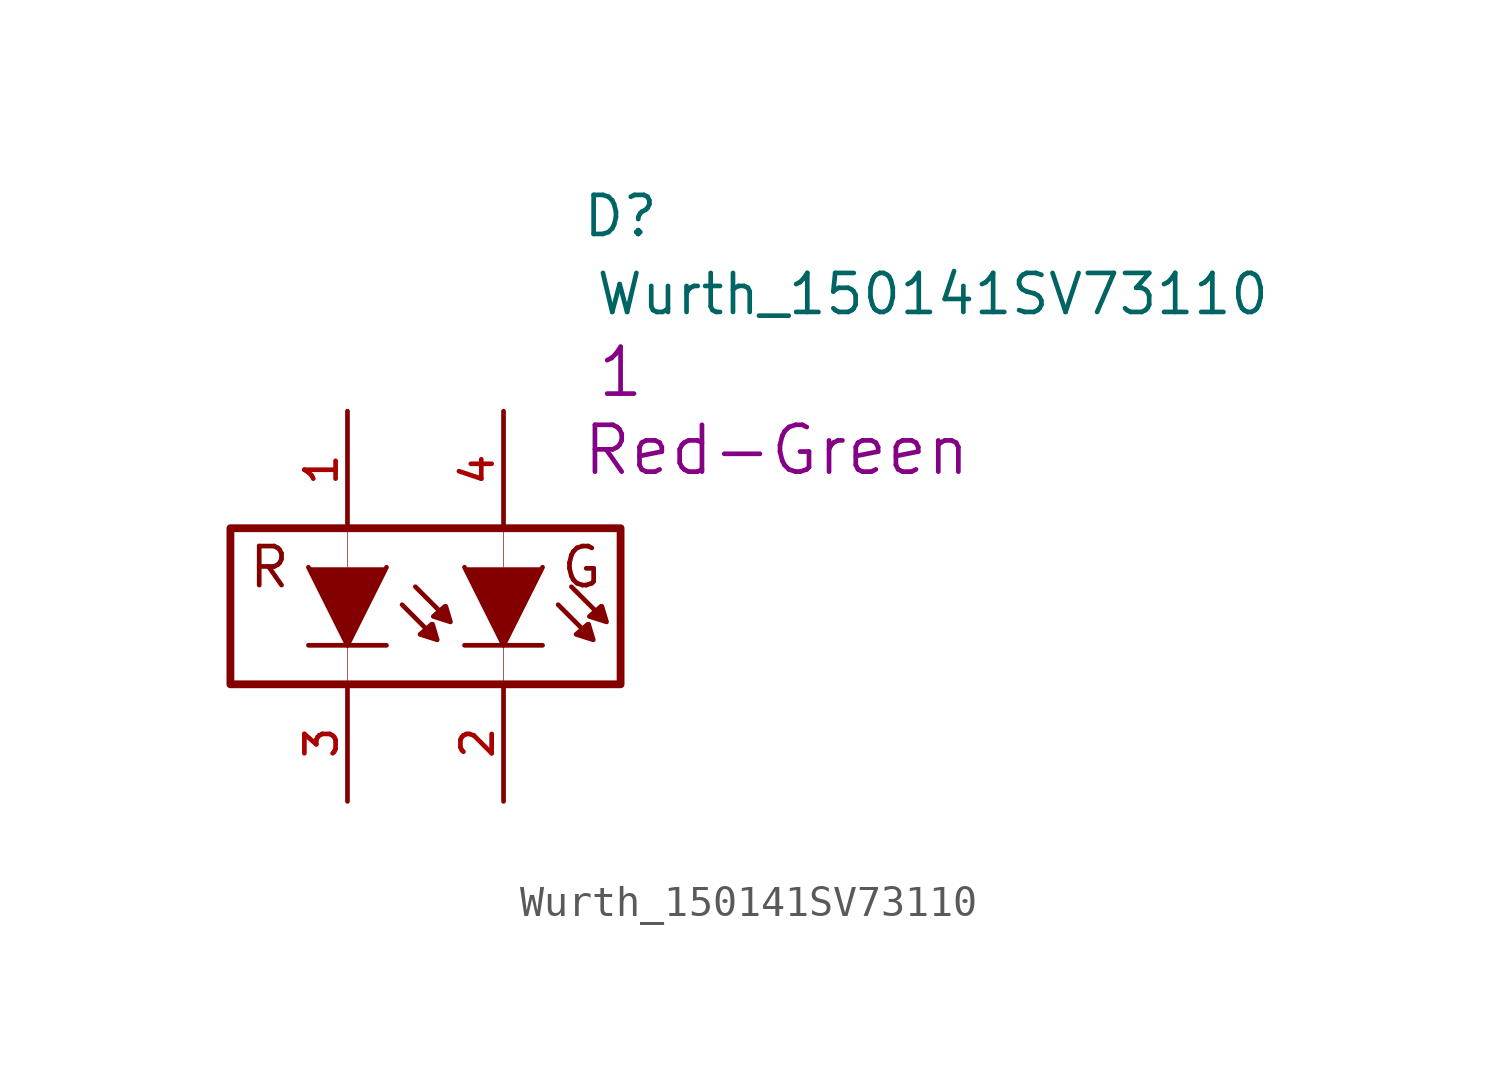
<source format=kicad_sym>
(kicad_symbol_lib
  (version 20201005)
  (generator kicad_symbol_editor)
  (symbol "S_LED:Wurth_150141SV73110"
    (pin_names
      (offset 1.016) hide)
    (property "Reference" "D"
      (at 8.89 6.35 0)
      (effects (font (size 1.27 1.27))))
    (property "Value" "Wurth_150141SV73110"
      (at 19.05 3.81 0)
      (effects (font (size 1.27 1.27))))
    (property "Qty" "1"
      (at 8.89 1.27 0)
      (effects (font (size 1.524 1.524))))
    (property "Desc1" "Red-Green"
      (at 13.97 -1.27 0)
      (effects (font (size 1.524 1.524))))
    (symbol "Wurth_150141SV73110_0_0"
      (text "R" (at -2.54 -5.08 0) (effects (font (size 1.27 1.27))))
      (text "G" (at 7.62 -5.08 0) (effects (font (size 1.27 1.27)))))
    (symbol "Wurth_150141SV73110_0_1"
      (rectangle (start -3.81 -3.81) (end 8.89 -8.89) (stroke (width 0.254)) (fill (type none)))
      (polyline (pts (xy 1.27 -7.62) (xy -1.27 -7.62)) (stroke (width 0)) (fill (type none)))
      (polyline (pts (xy 2.565 -7.087) (xy 1.778 -6.299)) (stroke (width 0)) (fill (type none)))
      (polyline (pts (xy 2.997 -6.502) (xy 2.21 -5.715)) (stroke (width 0)) (fill (type none)))
      (polyline (pts (xy 1.27 -5.08) (xy 0 -7.62) (xy -1.27 -5.08)) (stroke (width 0)) (fill (type outline)))
      (polyline (pts (xy 2.769 -6.934) (xy 2.921 -7.442) (xy 2.362 -7.264) (xy 2.743 -6.934)) (stroke (width 0)) (fill (type outline)))
      (polyline (pts (xy 3.2 -6.35) (xy 3.353 -6.858) (xy 2.794 -6.68) (xy 3.175 -6.35)) (stroke (width 0)) (fill (type outline)))
      (polyline (pts (xy 6.35 -7.62) (xy 3.81 -7.62)) (stroke (width 0)) (fill (type none)))
      (polyline (pts (xy 7.645 -7.087) (xy 6.858 -6.299)) (stroke (width 0)) (fill (type none)))
      (polyline (pts (xy 8.077 -6.502) (xy 7.29 -5.715)) (stroke (width 0)) (fill (type none)))
      (polyline (pts (xy 6.35 -5.08) (xy 5.08 -7.62) (xy 3.81 -5.08)) (stroke (width 0)) (fill (type outline)))
      (polyline (pts (xy 7.849 -6.934) (xy 8.001 -7.442) (xy 7.442 -7.264) (xy 7.823 -6.934)) (stroke (width 0)) (fill (type outline)))
      (polyline (pts (xy 8.28 -6.35) (xy 8.433 -6.858) (xy 7.874 -6.68) (xy 8.255 -6.35)) (stroke (width 0)) (fill (type outline)))
      (polyline (pts (xy 5.08 -3.81) (xy 5.08 -5.08)) (stroke (width 0.001)) (fill (type none)))
      (polyline (pts (xy 0 -3.81) (xy 0 -5.08)) (stroke (width 0.001)) (fill (type none)))
      (polyline (pts (xy 5.08 -7.62) (xy 5.08 -8.89)) (stroke (width 0.001)) (fill (type none)))
      (polyline (pts (xy 0 -7.62) (xy 0 -8.89)) (stroke (width 0.001)) (fill (type none))))
    (symbol "Wurth_150141SV73110_1_1"
      (pin passive line (at 0 0 270) (length 3.81) (name "A" (effects (font (size 1.016 1.016)))) (number "1" (effects (font (size 1.016 1.016)))))
      (pin passive line (at 0 -12.7 90) (length 3.81) (name "K" (effects (font (size 1.016 1.016)))) (number "3" (effects (font (size 1.016 1.016)))))
      (pin passive line (at 5.08 0 270) (length 3.81) (name "A" (effects (font (size 1.016 1.016)))) (number "4" (effects (font (size 1.016 1.016)))))
      (pin passive line (at 5.08 -12.7 90) (length 3.81) (name "K" (effects (font (size 1.016 1.016)))) (number "2" (effects (font (size 1.016 1.016))))))))
</source>
